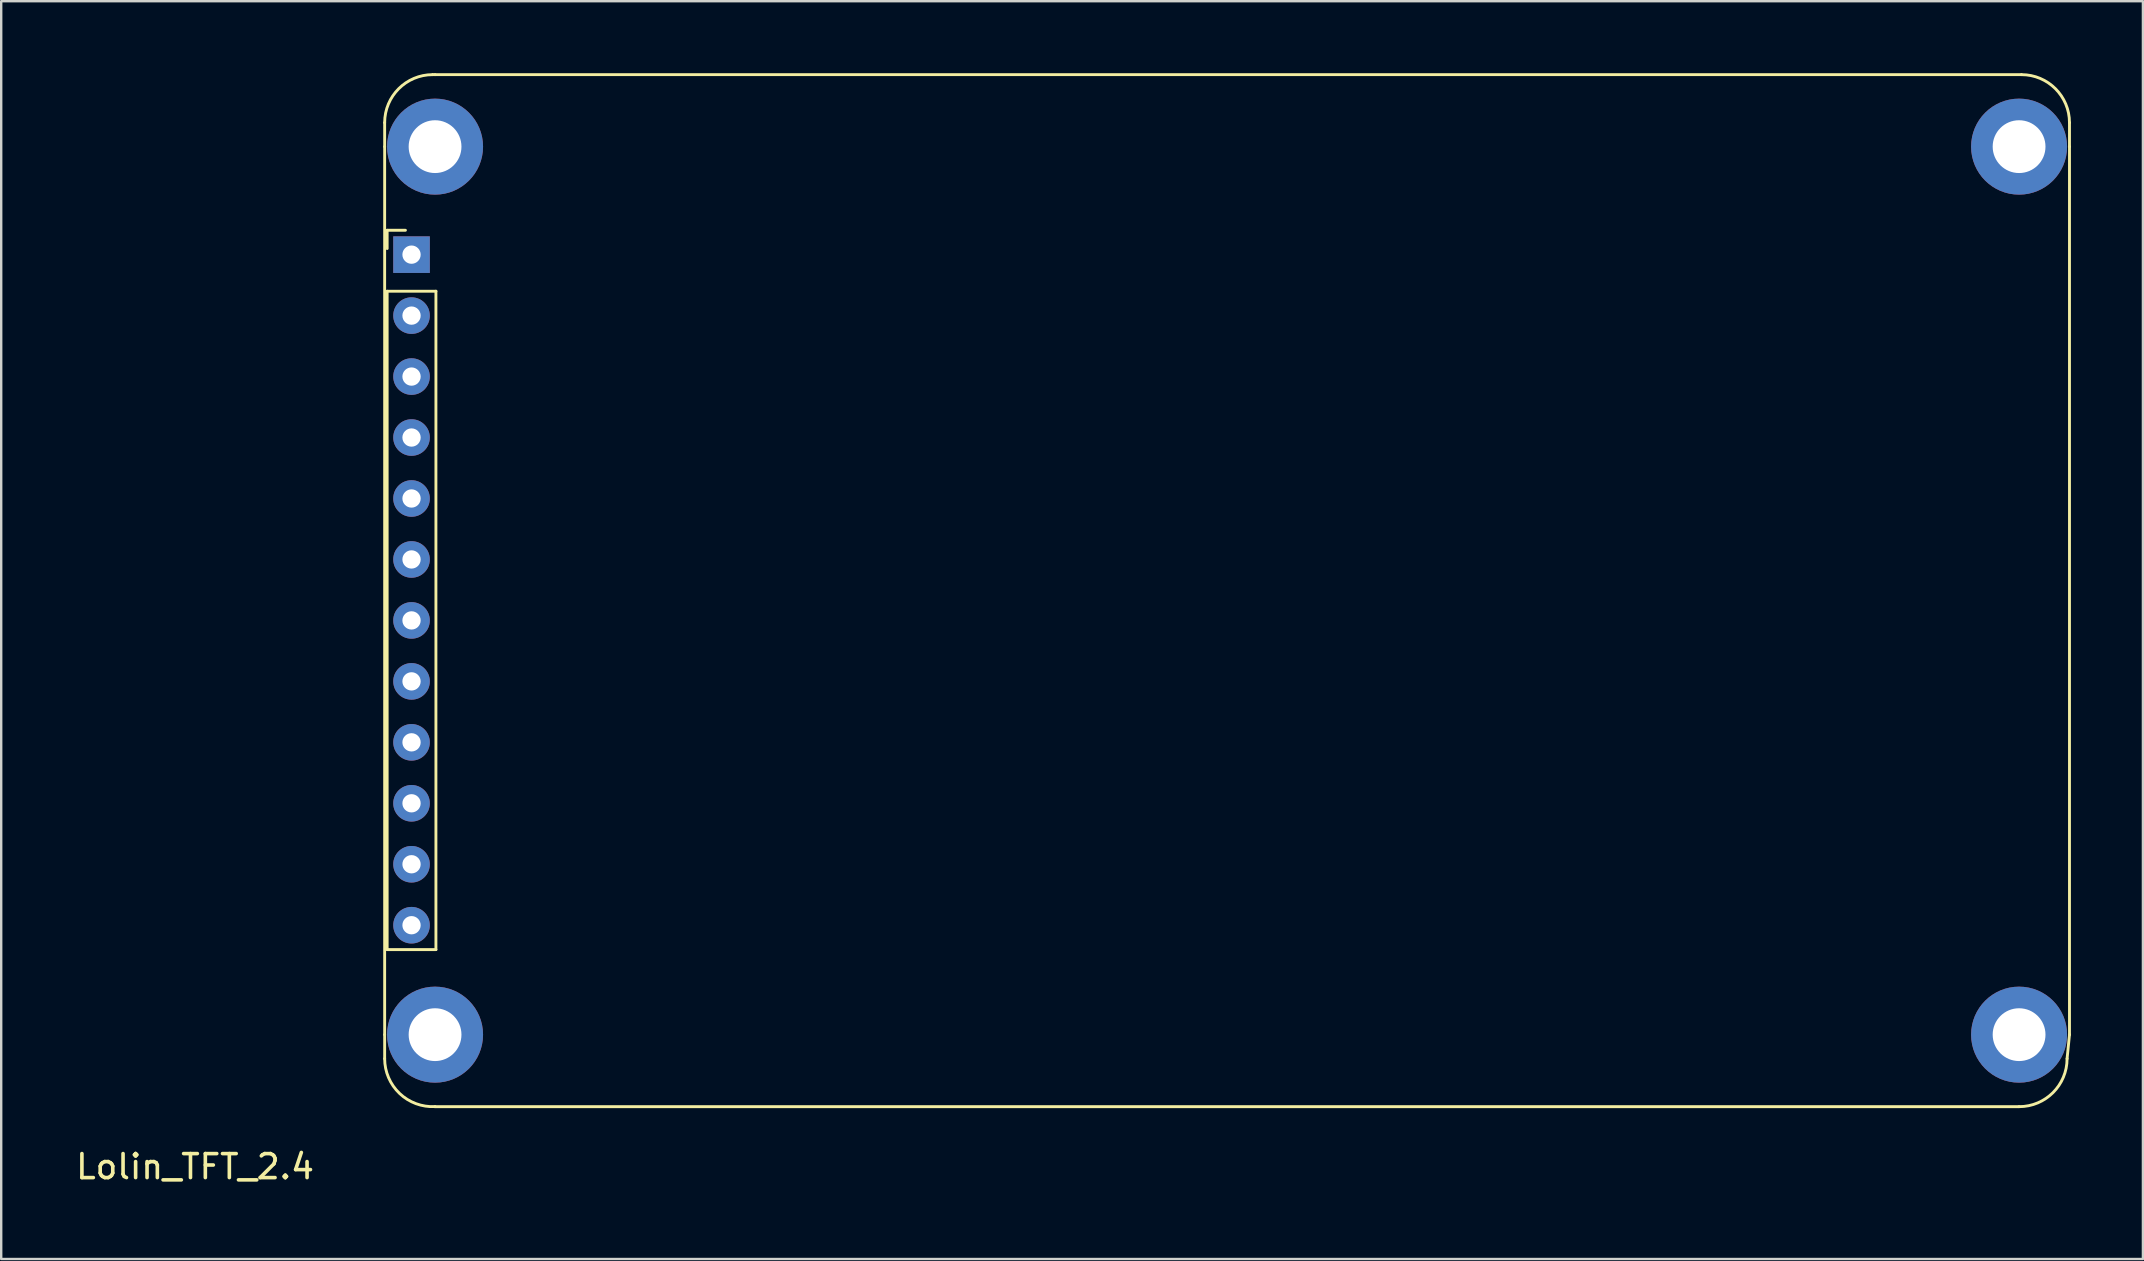
<source format=kicad_pcb>
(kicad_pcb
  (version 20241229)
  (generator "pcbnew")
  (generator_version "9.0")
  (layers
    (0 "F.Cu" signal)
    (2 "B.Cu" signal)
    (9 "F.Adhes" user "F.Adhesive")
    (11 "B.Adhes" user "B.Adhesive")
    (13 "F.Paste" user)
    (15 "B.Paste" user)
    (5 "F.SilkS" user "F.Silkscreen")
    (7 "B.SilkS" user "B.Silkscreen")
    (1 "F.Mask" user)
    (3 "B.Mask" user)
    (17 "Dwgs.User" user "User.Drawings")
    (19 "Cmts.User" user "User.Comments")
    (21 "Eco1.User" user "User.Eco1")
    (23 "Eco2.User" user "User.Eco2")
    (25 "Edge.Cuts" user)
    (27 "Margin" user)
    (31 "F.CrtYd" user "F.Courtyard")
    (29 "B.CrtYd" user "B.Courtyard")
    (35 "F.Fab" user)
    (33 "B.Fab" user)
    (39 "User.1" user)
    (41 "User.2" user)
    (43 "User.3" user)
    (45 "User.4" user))
  (footprint "Lolin_TFT_2.4"
    (layer "F.Cu")
    (at 5.077 45.06)
    (property "Reference" "Lolin_TFT_2.4" (at 0 0.5 0) (layer "F.SilkS") (effects (font (size 1 1) (thickness 0.15))))
    (attr through_hole)
    (fp_line (start 7.9 -43) (end 7.9 -42) (stroke (width 0.12) (type solid)) (layer "F.SilkS"))
    (fp_line (start 7.9 -42) (end 7.9 -5) (stroke (width 0.12) (type solid)) (layer "F.SilkS"))
    (fp_line (start 7.9 -5) (end 7.9 -4) (stroke (width 0.12) (type solid)) (layer "F.SilkS"))
    (fp_line (start 8.004 -38.516) (end 8.766 -38.516) (stroke (width 0.12) (type solid)) (layer "F.SilkS"))
    (fp_line (start 8.004 -37.754) (end 8.004 -38.516) (stroke (width 0.12) (type solid)) (layer "F.SilkS"))
    (fp_line (start 8.004 -35.976) (end 10.036 -35.976) (stroke (width 0.12) (type solid)) (layer "F.SilkS"))
    (fp_line (start 8.004 -8.544) (end 8.004 -35.976) (stroke (width 0.12) (type solid)) (layer "F.SilkS"))
    (fp_line (start 9.9 -45) (end 10 -45) (stroke (width 0.12) (type solid)) (layer "F.SilkS"))
    (fp_line (start 10 -45) (end 76.1 -45) (stroke (width 0.12) (type solid)) (layer "F.SilkS"))
    (fp_line (start 10 -2) (end 76 -2) (stroke (width 0.12) (type solid)) (layer "F.SilkS"))
    (fp_line (start 10.036 -35.976) (end 10.036 -8.544) (stroke (width 0.12) (type solid)) (layer "F.SilkS"))
    (fp_line (start 10.036 -8.544) (end 8.004 -8.544) (stroke (width 0.12) (type solid)) (layer "F.SilkS"))
    (fp_line (start 78.1 -43) (end 78.1 -42) (stroke (width 0.12) (type solid)) (layer "F.SilkS"))
    (fp_line (start 78.1 -5) (end 78 -4) (stroke (width 0.12) (type solid)) (layer "F.SilkS"))
    (fp_line (start 78.1 -5) (end 78.1 -42) (stroke (width 0.12) (type solid)) (layer "F.SilkS"))
    (fp_arc (start 7.9 -43) (mid 8.485786 -44.414214) (end 9.9 -45) (stroke (width 0.12) (type solid)) (layer "F.SilkS"))
    (fp_arc (start 9.999875 -2.002495) (mid 8.52155 -2.550905) (end 7.9 -4) (stroke (width 0.12) (type solid)) (layer "F.SilkS"))
    (fp_arc (start 76.1 -45) (mid 77.514214 -44.414214) (end 78.1 -43) (stroke (width 0.12) (type solid)) (layer "F.SilkS"))
    (fp_arc (start 78 -4) (mid 77.414214 -2.585786) (end 76 -2) (stroke (width 0.12) (type solid)) (layer "F.SilkS"))
    (pad "1" thru_hole rect (at 9.02 -37.5) (size 1.524 1.524) (drill 0.762) (layers "*.Cu" "*.Mask"))
    (pad "2" thru_hole circle (at 9.02 -34.96) (size 1.524 1.524) (drill 0.762) (layers "*.Cu" "*.Mask"))
    (pad "3" thru_hole circle (at 9.02 -32.42) (size 1.524 1.524) (drill 0.762) (layers "*.Cu" "*.Mask"))
    (pad "4" thru_hole circle (at 9.02 -29.88) (size 1.524 1.524) (drill 0.762) (layers "*.Cu" "*.Mask"))
    (pad "5" thru_hole circle (at 9.02 -27.34) (size 1.524 1.524) (drill 0.762) (layers "*.Cu" "*.Mask"))
    (pad "6" thru_hole circle (at 9.02 -24.8) (size 1.524 1.524) (drill 0.762) (layers "*.Cu" "*.Mask"))
    (pad "7" thru_hole circle (at 9.02 -22.26) (size 1.524 1.524) (drill 0.762) (layers "*.Cu" "*.Mask"))
    (pad "8" thru_hole circle (at 9.02 -19.72) (size 1.524 1.524) (drill 0.762) (layers "*.Cu" "*.Mask"))
    (pad "9" thru_hole circle (at 9.02 -17.18) (size 1.524 1.524) (drill 0.762) (layers "*.Cu" "*.Mask"))
    (pad "10" thru_hole circle (at 9.02 -14.64) (size 1.524 1.524) (drill 0.762) (layers "*.Cu" "*.Mask"))
    (pad "11" thru_hole circle (at 9.02 -12.1) (size 1.524 1.524) (drill 0.762) (layers "*.Cu" "*.Mask"))
    (pad "12" thru_hole circle (at 9.02 -9.56) (size 1.524 1.524) (drill 0.762) (layers "*.Cu" "*.Mask"))
    (pad "13" thru_hole circle (at 10 -42) (size 4 4) (drill 2.2) (layers "*.Cu" "*.Mask"))
    (pad "14" thru_hole circle (at 10 -5) (size 4 4) (drill 2.2) (layers "*.Cu" "*.Mask"))
    (pad "15" thru_hole circle (at 76 -42) (size 4 4) (drill 2.2) (layers "*.Cu" "*.Mask"))
    (pad "16" thru_hole circle (at 76 -5) (size 4 4) (drill 2.2) (layers "*.Cu" "*.Mask")))
  (gr_rect
    (start -3 -3)
    (end 86.237 49.408)
    (stroke (width 0.1) (type default))
    (fill no)
    (layer "Edge.Cuts")))
</source>
